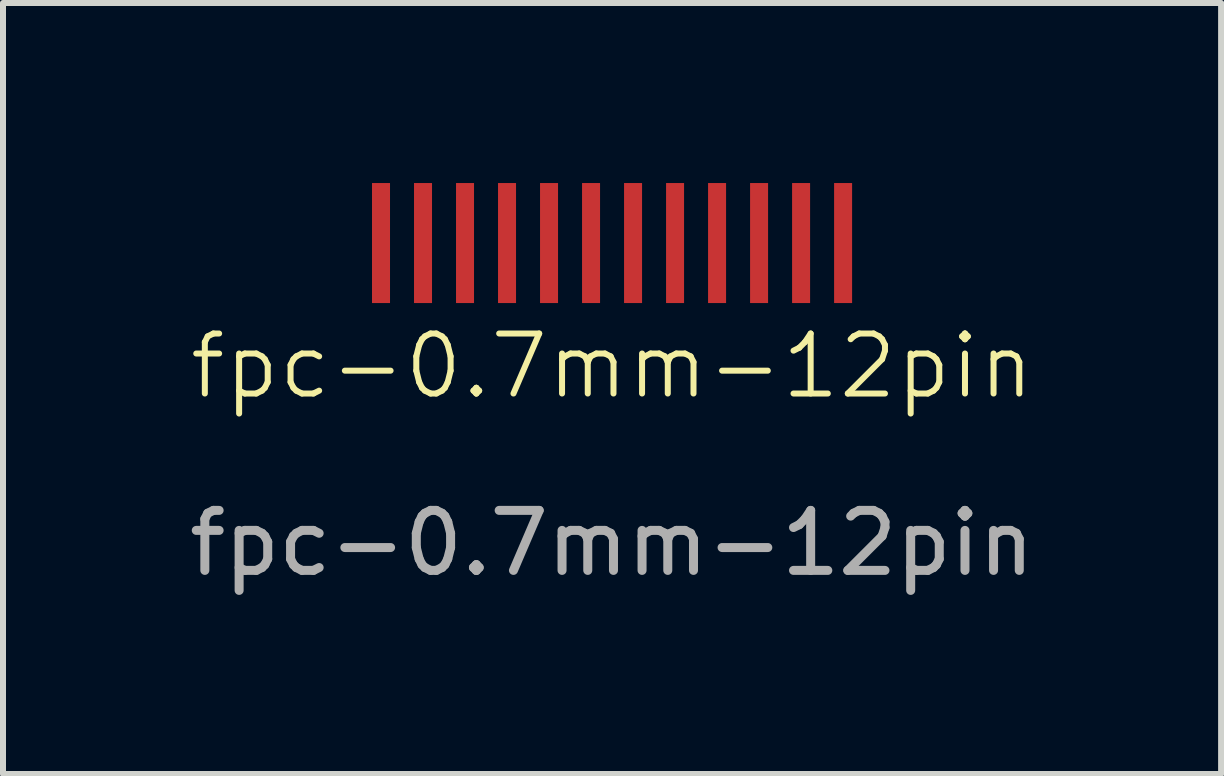
<source format=kicad_pcb>
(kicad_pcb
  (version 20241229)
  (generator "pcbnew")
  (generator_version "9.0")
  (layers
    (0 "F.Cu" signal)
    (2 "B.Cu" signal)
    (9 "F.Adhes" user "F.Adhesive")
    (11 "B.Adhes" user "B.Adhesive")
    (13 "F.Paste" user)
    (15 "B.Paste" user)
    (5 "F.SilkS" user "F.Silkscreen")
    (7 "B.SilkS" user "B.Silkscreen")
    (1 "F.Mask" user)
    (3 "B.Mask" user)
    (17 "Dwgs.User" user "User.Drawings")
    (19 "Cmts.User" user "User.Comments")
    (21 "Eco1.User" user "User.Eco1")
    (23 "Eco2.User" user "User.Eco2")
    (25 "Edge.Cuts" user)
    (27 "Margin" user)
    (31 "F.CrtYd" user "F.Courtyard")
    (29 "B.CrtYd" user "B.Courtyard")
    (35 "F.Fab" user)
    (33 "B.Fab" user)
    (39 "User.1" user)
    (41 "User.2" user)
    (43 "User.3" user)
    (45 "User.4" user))
  (footprint "fpc-0.7mm-12pin"
    (layer "F.Cu")
    (at 7.149 1)
    (property "Reference" "fpc-0.7mm-12pin" (at 0 2.05 0) (unlocked yes) (layer "F.SilkS") (effects (font (size 1 1) (thickness 0.1))))
    (attr smd)
    (fp_text user "${REFERENCE}" (at 0 5 0) (unlocked yes) (layer "F.Fab") (effects (font (size 1 1) (thickness 0.15))))
    (pad "1" smd rect (at 3.85 0) (size 0.3 2) (layers "F.Cu" "F.Mask" "F.Paste"))
    (pad "2" smd rect (at 3.15 0) (size 0.3 2) (layers "F.Cu" "F.Mask" "F.Paste"))
    (pad "3" smd rect (at 2.45 0) (size 0.3 2) (layers "F.Cu" "F.Mask" "F.Paste"))
    (pad "4" smd rect (at 1.75 0) (size 0.3 2) (layers "F.Cu" "F.Mask" "F.Paste"))
    (pad "5" smd rect (at 1.05 0) (size 0.3 2) (layers "F.Cu" "F.Mask" "F.Paste"))
    (pad "6" smd rect (at 0.35 0) (size 0.3 2) (layers "F.Cu" "F.Mask" "F.Paste"))
    (pad "7" smd rect (at -0.35 0) (size 0.3 2) (layers "F.Cu" "F.Mask" "F.Paste"))
    (pad "8" smd rect (at -1.05 0) (size 0.3 2) (layers "F.Cu" "F.Mask" "F.Paste"))
    (pad "9" smd rect (at -1.75 0) (size 0.3 2) (layers "F.Cu" "F.Mask" "F.Paste"))
    (pad "10" smd rect (at -2.45 0) (size 0.3 2) (layers "F.Cu" "F.Mask" "F.Paste"))
    (pad "11" smd rect (at -3.15 0) (size 0.3 2) (layers "F.Cu" "F.Mask" "F.Paste"))
    (pad "12" smd rect (at -3.85 0) (size 0.3 2) (layers "F.Cu" "F.Mask" "F.Paste")))
  (gr_rect
    (start -3 -3)
    (end 17.298 9.848)
    (stroke (width 0.1) (type default))
    (fill no)
    (layer "Edge.Cuts")))
</source>
